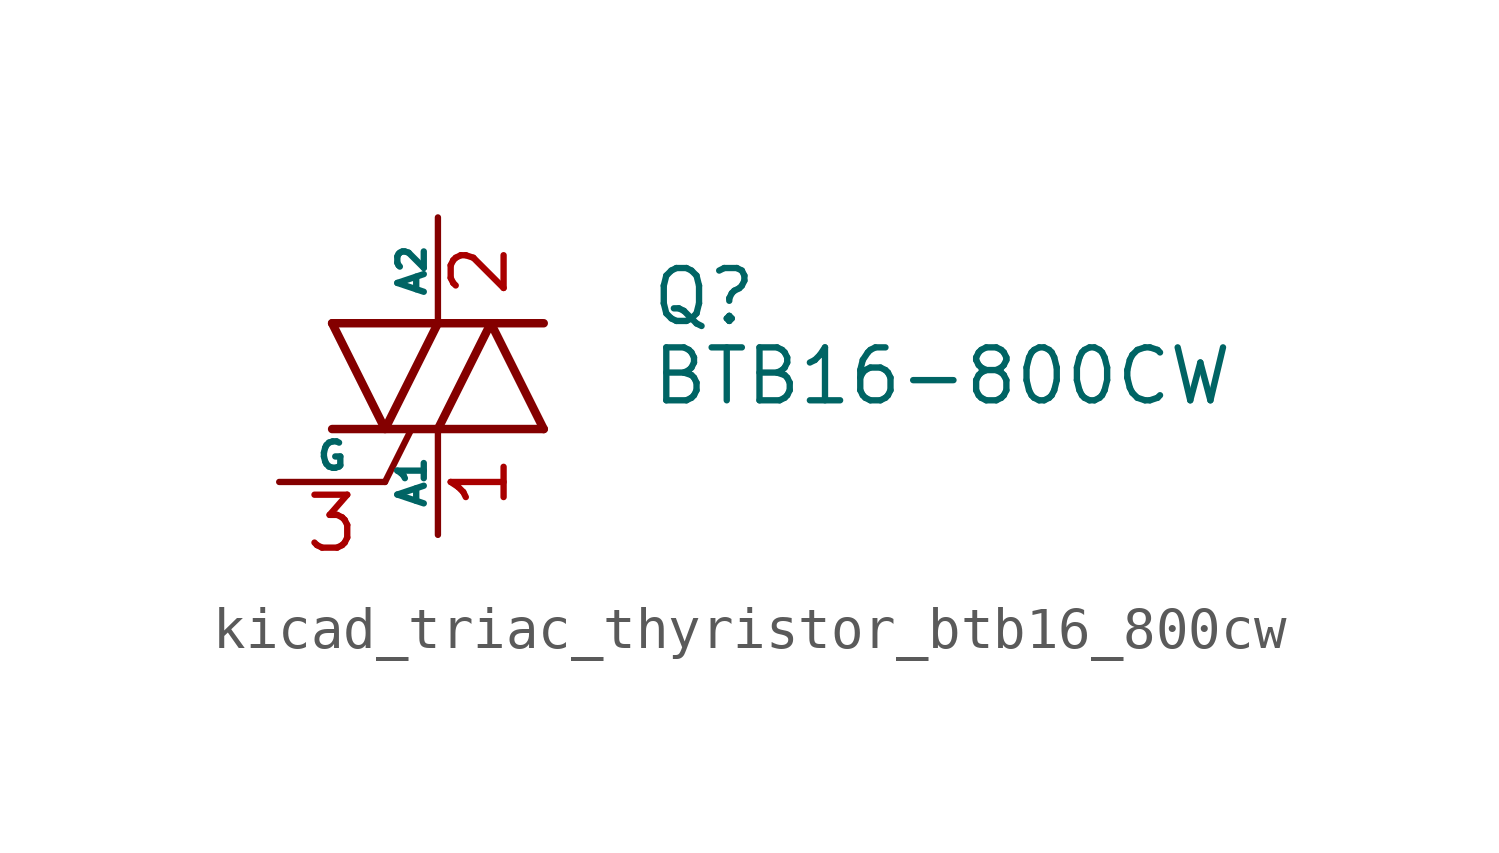
<source format=kicad_sym>
(kicad_symbol_lib
  (version 20220914)
  (generator kicad_symbol_editor)
  (symbol "kicad_triac_thyristor_btb16_800cw"
    (pin_names
      (offset 0))
    (property "Reference" "Q"
      (at 5.08 1.905 0)
      (effects (font (size 1.27 1.27)) (justify left)))
    (property "Value" "BTB16-800CW"
      (at 5.08 0 0)
      (effects (font (size 1.27 1.27)) (justify left)))
    (symbol "kicad_triac_thyristor_btb16_800cw_0_1"
      (polyline (pts (xy -2.54 -1.27) (xy 2.54 -1.27)) (stroke (width 0.203) (type default)) (fill (type none)))
      (polyline (pts (xy -2.54 1.27) (xy 2.54 1.27)) (stroke (width 0.203) (type default)) (fill (type none)))
      (polyline (pts (xy -1.27 -2.54) (xy -0.635 -1.27)) (stroke (width 0) (type default)) (fill (type none)))
      (polyline (pts (xy -2.54 1.27) (xy -1.27 -1.27) (xy 0 1.27)) (stroke (width 0.203) (type default)) (fill (type none)))
      (polyline (pts (xy 0 -1.27) (xy 1.27 1.27) (xy 2.54 -1.27)) (stroke (width 0.203) (type default)) (fill (type none))))
    (symbol "kicad_triac_thyristor_btb16_800cw_1_1"
      (pin passive line (at 0 -3.81 90) (length 2.54) (name "A1" (effects (font (size 0.635 0.635)))) (number "1" (effects (font (size 1.27 1.27)))))
      (pin passive line (at 0 3.81 270) (length 2.54) (name "A2" (effects (font (size 0.635 0.635)))) (number "2" (effects (font (size 1.27 1.27)))))
      (pin input line (at -3.81 -2.54 0) (length 2.54) (name "G" (effects (font (size 0.635 0.635)))) (number "3" (effects (font (size 1.27 1.27))))))))
</source>
